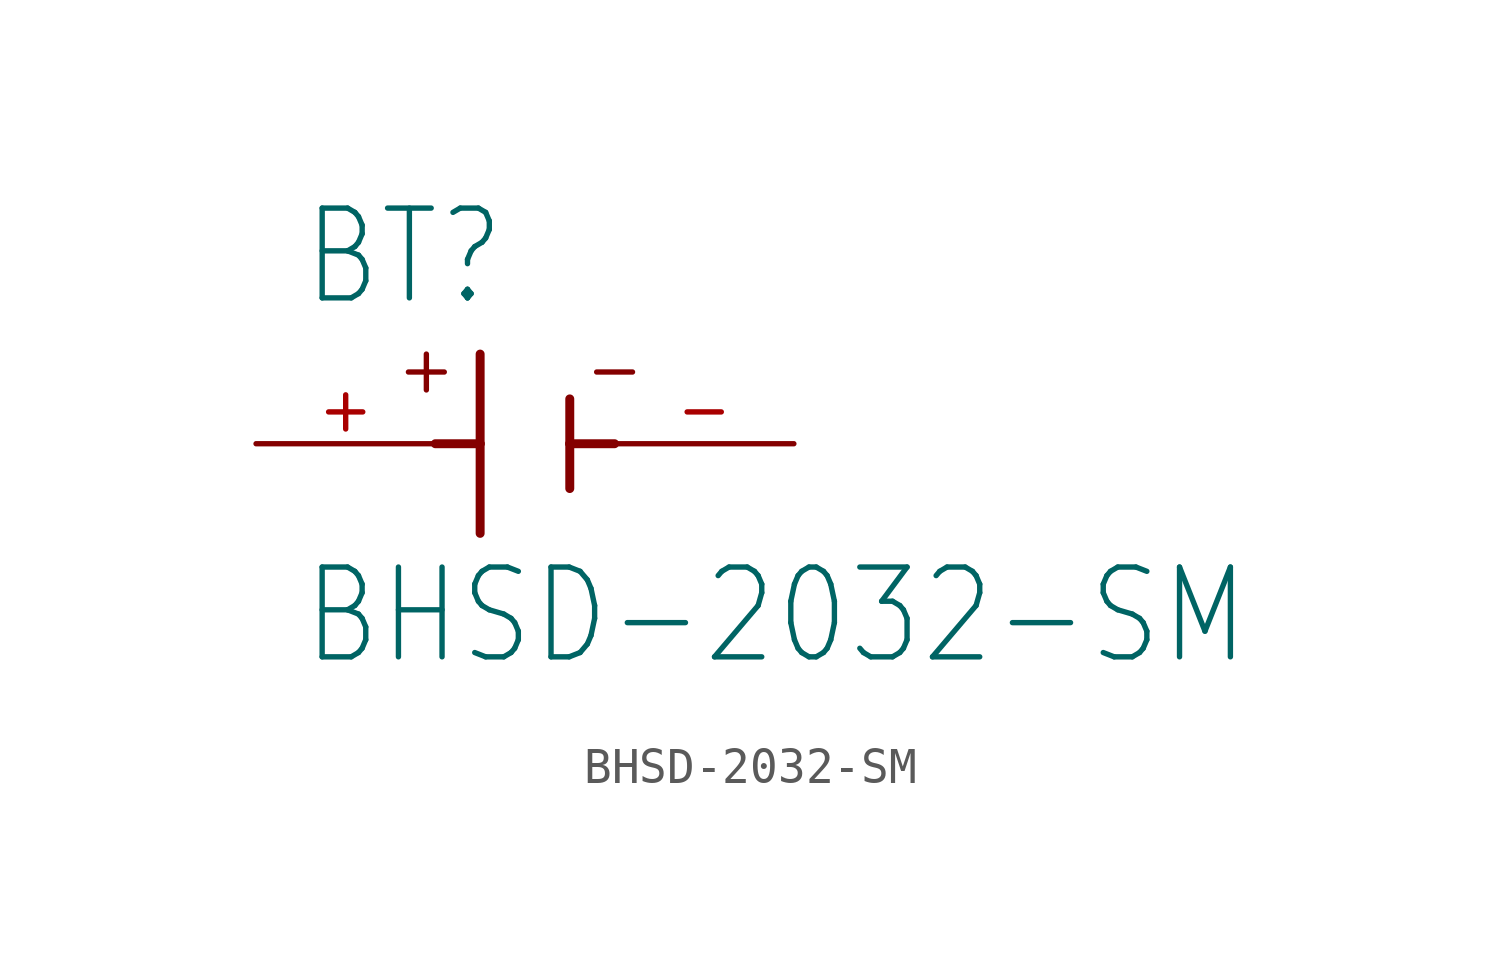
<source format=kicad_sym>
(kicad_symbol_lib
  (version 20211014)
  (generator kicad_symbol_editor)
  (symbol "BHSD-2032-SM"
    (property "Reference" "BT"
      (at -6.361 3.814 0)
      (effects (font (size 2.544 2.162)) (justify left bottom)))
    (property "Value" "BHSD-2032-SM"
      (at -6.362 -6.358 0)
      (effects (font (size 2.544 2.162)) (justify left bottom)))
    (property "ki_locked" ""
      (at 0 0 0)
      (effects (font (size 1.27 1.27))))
    (symbol "BHSD-2032-SM_1_0"
      (polyline (pts (xy -3.302 2.032) (xy -2.286 2.032)) (stroke (width 0.152) (type default) (color 0 0 0 0)) (fill (type none)))
      (polyline (pts (xy -2.794 2.54) (xy -2.794 1.524)) (stroke (width 0.152) (type default) (color 0 0 0 0)) (fill (type none)))
      (polyline (pts (xy -2.54 0) (xy -1.27 0)) (stroke (width 0.254) (type default) (color 0 0 0 0)) (fill (type none)))
      (polyline (pts (xy -1.27 0) (xy -1.27 -2.54)) (stroke (width 0.254) (type default) (color 0 0 0 0)) (fill (type none)))
      (polyline (pts (xy -1.27 2.54) (xy -1.27 0)) (stroke (width 0.254) (type default) (color 0 0 0 0)) (fill (type none)))
      (polyline (pts (xy 1.27 0) (xy 1.27 -1.27)) (stroke (width 0.254) (type default) (color 0 0 0 0)) (fill (type none)))
      (polyline (pts (xy 1.27 0) (xy 2.54 0)) (stroke (width 0.254) (type default) (color 0 0 0 0)) (fill (type none)))
      (polyline (pts (xy 1.27 1.27) (xy 1.27 0)) (stroke (width 0.254) (type default) (color 0 0 0 0)) (fill (type none)))
      (polyline (pts (xy 2.032 2.032) (xy 3.048 2.032)) (stroke (width 0.152) (type default) (color 0 0 0 0)) (fill (type none)))
      (pin passive line (at -7.62 0 0) (length 5.08) (name "+" (effects (font (size 0 0)))) (number "+" (effects (font (size 1.27 1.27)))))
      (pin passive line (at 7.62 0 180) (length 5.08) (name "-" (effects (font (size 0 0)))) (number "-" (effects (font (size 1.27 1.27))))))))
</source>
